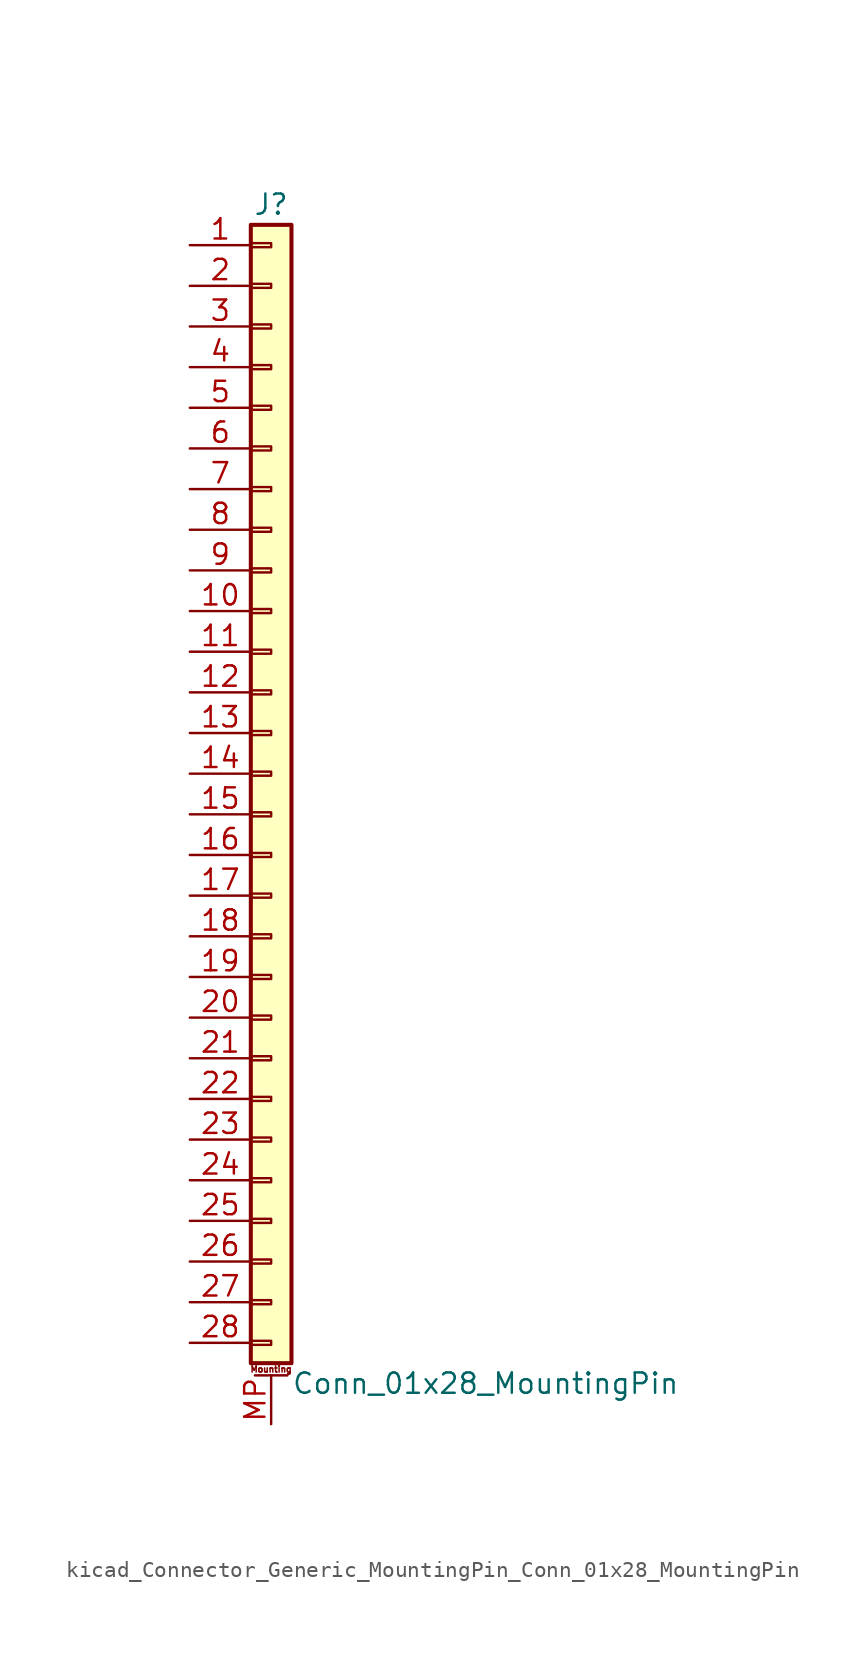
<source format=kicad_sym>
(kicad_symbol_lib
  (version 20220914)
  (generator kicad_symbol_editor)
  (symbol "kicad_Connector_Generic_MountingPin_Conn_01x28_MountingPin"
    (pin_names
      (offset 1.016) hide)
    (property "Reference" "J"
      (at 0 35.56 0)
      (effects (font (size 1.27 1.27))))
    (property "Value" "Conn_01x28_MountingPin"
      (at 1.27 -38.1 0)
      (effects (font (size 1.27 1.27)) (justify left)))
    (symbol "kicad_Connector_Generic_MountingPin_Conn_01x28_MountingPin_1_1"
      (rectangle (start -1.27 -35.433) (end 0 -35.687) (stroke (width 0.152) (type default)) (fill (type none)))
      (rectangle (start -1.27 -32.893) (end 0 -33.147) (stroke (width 0.152) (type default)) (fill (type none)))
      (rectangle (start -1.27 -30.353) (end 0 -30.607) (stroke (width 0.152) (type default)) (fill (type none)))
      (rectangle (start -1.27 -27.813) (end 0 -28.067) (stroke (width 0.152) (type default)) (fill (type none)))
      (rectangle (start -1.27 -25.273) (end 0 -25.527) (stroke (width 0.152) (type default)) (fill (type none)))
      (rectangle (start -1.27 -22.733) (end 0 -22.987) (stroke (width 0.152) (type default)) (fill (type none)))
      (rectangle (start -1.27 -20.193) (end 0 -20.447) (stroke (width 0.152) (type default)) (fill (type none)))
      (rectangle (start -1.27 -17.653) (end 0 -17.907) (stroke (width 0.152) (type default)) (fill (type none)))
      (rectangle (start -1.27 -15.113) (end 0 -15.367) (stroke (width 0.152) (type default)) (fill (type none)))
      (rectangle (start -1.27 -12.573) (end 0 -12.827) (stroke (width 0.152) (type default)) (fill (type none)))
      (rectangle (start -1.27 -10.033) (end 0 -10.287) (stroke (width 0.152) (type default)) (fill (type none)))
      (rectangle (start -1.27 -7.493) (end 0 -7.747) (stroke (width 0.152) (type default)) (fill (type none)))
      (rectangle (start -1.27 -4.953) (end 0 -5.207) (stroke (width 0.152) (type default)) (fill (type none)))
      (rectangle (start -1.27 -2.413) (end 0 -2.667) (stroke (width 0.152) (type default)) (fill (type none)))
      (rectangle (start -1.27 0.127) (end 0 -0.127) (stroke (width 0.152) (type default)) (fill (type none)))
      (rectangle (start -1.27 2.667) (end 0 2.413) (stroke (width 0.152) (type default)) (fill (type none)))
      (rectangle (start -1.27 5.207) (end 0 4.953) (stroke (width 0.152) (type default)) (fill (type none)))
      (rectangle (start -1.27 7.747) (end 0 7.493) (stroke (width 0.152) (type default)) (fill (type none)))
      (rectangle (start -1.27 10.287) (end 0 10.033) (stroke (width 0.152) (type default)) (fill (type none)))
      (rectangle (start -1.27 12.827) (end 0 12.573) (stroke (width 0.152) (type default)) (fill (type none)))
      (rectangle (start -1.27 15.367) (end 0 15.113) (stroke (width 0.152) (type default)) (fill (type none)))
      (rectangle (start -1.27 17.907) (end 0 17.653) (stroke (width 0.152) (type default)) (fill (type none)))
      (rectangle (start -1.27 20.447) (end 0 20.193) (stroke (width 0.152) (type default)) (fill (type none)))
      (rectangle (start -1.27 22.987) (end 0 22.733) (stroke (width 0.152) (type default)) (fill (type none)))
      (rectangle (start -1.27 25.527) (end 0 25.273) (stroke (width 0.152) (type default)) (fill (type none)))
      (rectangle (start -1.27 28.067) (end 0 27.813) (stroke (width 0.152) (type default)) (fill (type none)))
      (rectangle (start -1.27 30.607) (end 0 30.353) (stroke (width 0.152) (type default)) (fill (type none)))
      (rectangle (start -1.27 33.147) (end 0 32.893) (stroke (width 0.152) (type default)) (fill (type none)))
      (rectangle (start -1.27 34.29) (end 1.27 -36.83) (stroke (width 0.254) (type default)) (fill (type background)))
      (polyline (pts (xy -1.016 -37.592) (xy 1.016 -37.592)) (stroke (width 0.152) (type default)) (fill (type none)))
      (text "Mounting" (at 0 -37.211 0) (effects (font (size 0.381 0.381))))
      (pin passive line (at -5.08 33.02 0) (length 3.81) (name "Pin_1" (effects (font (size 1.27 1.27)))) (number "1" (effects (font (size 1.27 1.27)))))
      (pin passive line (at -5.08 10.16 0) (length 3.81) (name "Pin_10" (effects (font (size 1.27 1.27)))) (number "10" (effects (font (size 1.27 1.27)))))
      (pin passive line (at -5.08 7.62 0) (length 3.81) (name "Pin_11" (effects (font (size 1.27 1.27)))) (number "11" (effects (font (size 1.27 1.27)))))
      (pin passive line (at -5.08 5.08 0) (length 3.81) (name "Pin_12" (effects (font (size 1.27 1.27)))) (number "12" (effects (font (size 1.27 1.27)))))
      (pin passive line (at -5.08 2.54 0) (length 3.81) (name "Pin_13" (effects (font (size 1.27 1.27)))) (number "13" (effects (font (size 1.27 1.27)))))
      (pin passive line (at -5.08 0 0) (length 3.81) (name "Pin_14" (effects (font (size 1.27 1.27)))) (number "14" (effects (font (size 1.27 1.27)))))
      (pin passive line (at -5.08 -2.54 0) (length 3.81) (name "Pin_15" (effects (font (size 1.27 1.27)))) (number "15" (effects (font (size 1.27 1.27)))))
      (pin passive line (at -5.08 -5.08 0) (length 3.81) (name "Pin_16" (effects (font (size 1.27 1.27)))) (number "16" (effects (font (size 1.27 1.27)))))
      (pin passive line (at -5.08 -7.62 0) (length 3.81) (name "Pin_17" (effects (font (size 1.27 1.27)))) (number "17" (effects (font (size 1.27 1.27)))))
      (pin passive line (at -5.08 -10.16 0) (length 3.81) (name "Pin_18" (effects (font (size 1.27 1.27)))) (number "18" (effects (font (size 1.27 1.27)))))
      (pin passive line (at -5.08 -12.7 0) (length 3.81) (name "Pin_19" (effects (font (size 1.27 1.27)))) (number "19" (effects (font (size 1.27 1.27)))))
      (pin passive line (at -5.08 30.48 0) (length 3.81) (name "Pin_2" (effects (font (size 1.27 1.27)))) (number "2" (effects (font (size 1.27 1.27)))))
      (pin passive line (at -5.08 -15.24 0) (length 3.81) (name "Pin_20" (effects (font (size 1.27 1.27)))) (number "20" (effects (font (size 1.27 1.27)))))
      (pin passive line (at -5.08 -17.78 0) (length 3.81) (name "Pin_21" (effects (font (size 1.27 1.27)))) (number "21" (effects (font (size 1.27 1.27)))))
      (pin passive line (at -5.08 -20.32 0) (length 3.81) (name "Pin_22" (effects (font (size 1.27 1.27)))) (number "22" (effects (font (size 1.27 1.27)))))
      (pin passive line (at -5.08 -22.86 0) (length 3.81) (name "Pin_23" (effects (font (size 1.27 1.27)))) (number "23" (effects (font (size 1.27 1.27)))))
      (pin passive line (at -5.08 -25.4 0) (length 3.81) (name "Pin_24" (effects (font (size 1.27 1.27)))) (number "24" (effects (font (size 1.27 1.27)))))
      (pin passive line (at -5.08 -27.94 0) (length 3.81) (name "Pin_25" (effects (font (size 1.27 1.27)))) (number "25" (effects (font (size 1.27 1.27)))))
      (pin passive line (at -5.08 -30.48 0) (length 3.81) (name "Pin_26" (effects (font (size 1.27 1.27)))) (number "26" (effects (font (size 1.27 1.27)))))
      (pin passive line (at -5.08 -33.02 0) (length 3.81) (name "Pin_27" (effects (font (size 1.27 1.27)))) (number "27" (effects (font (size 1.27 1.27)))))
      (pin passive line (at -5.08 -35.56 0) (length 3.81) (name "Pin_28" (effects (font (size 1.27 1.27)))) (number "28" (effects (font (size 1.27 1.27)))))
      (pin passive line (at -5.08 27.94 0) (length 3.81) (name "Pin_3" (effects (font (size 1.27 1.27)))) (number "3" (effects (font (size 1.27 1.27)))))
      (pin passive line (at -5.08 25.4 0) (length 3.81) (name "Pin_4" (effects (font (size 1.27 1.27)))) (number "4" (effects (font (size 1.27 1.27)))))
      (pin passive line (at -5.08 22.86 0) (length 3.81) (name "Pin_5" (effects (font (size 1.27 1.27)))) (number "5" (effects (font (size 1.27 1.27)))))
      (pin passive line (at -5.08 20.32 0) (length 3.81) (name "Pin_6" (effects (font (size 1.27 1.27)))) (number "6" (effects (font (size 1.27 1.27)))))
      (pin passive line (at -5.08 17.78 0) (length 3.81) (name "Pin_7" (effects (font (size 1.27 1.27)))) (number "7" (effects (font (size 1.27 1.27)))))
      (pin passive line (at -5.08 15.24 0) (length 3.81) (name "Pin_8" (effects (font (size 1.27 1.27)))) (number "8" (effects (font (size 1.27 1.27)))))
      (pin passive line (at -5.08 12.7 0) (length 3.81) (name "Pin_9" (effects (font (size 1.27 1.27)))) (number "9" (effects (font (size 1.27 1.27)))))
      (pin passive line (at 0 -40.64 90) (length 3.048) (name "MountPin" (effects (font (size 1.27 1.27)))) (number "MP" (effects (font (size 1.27 1.27))))))))
</source>
